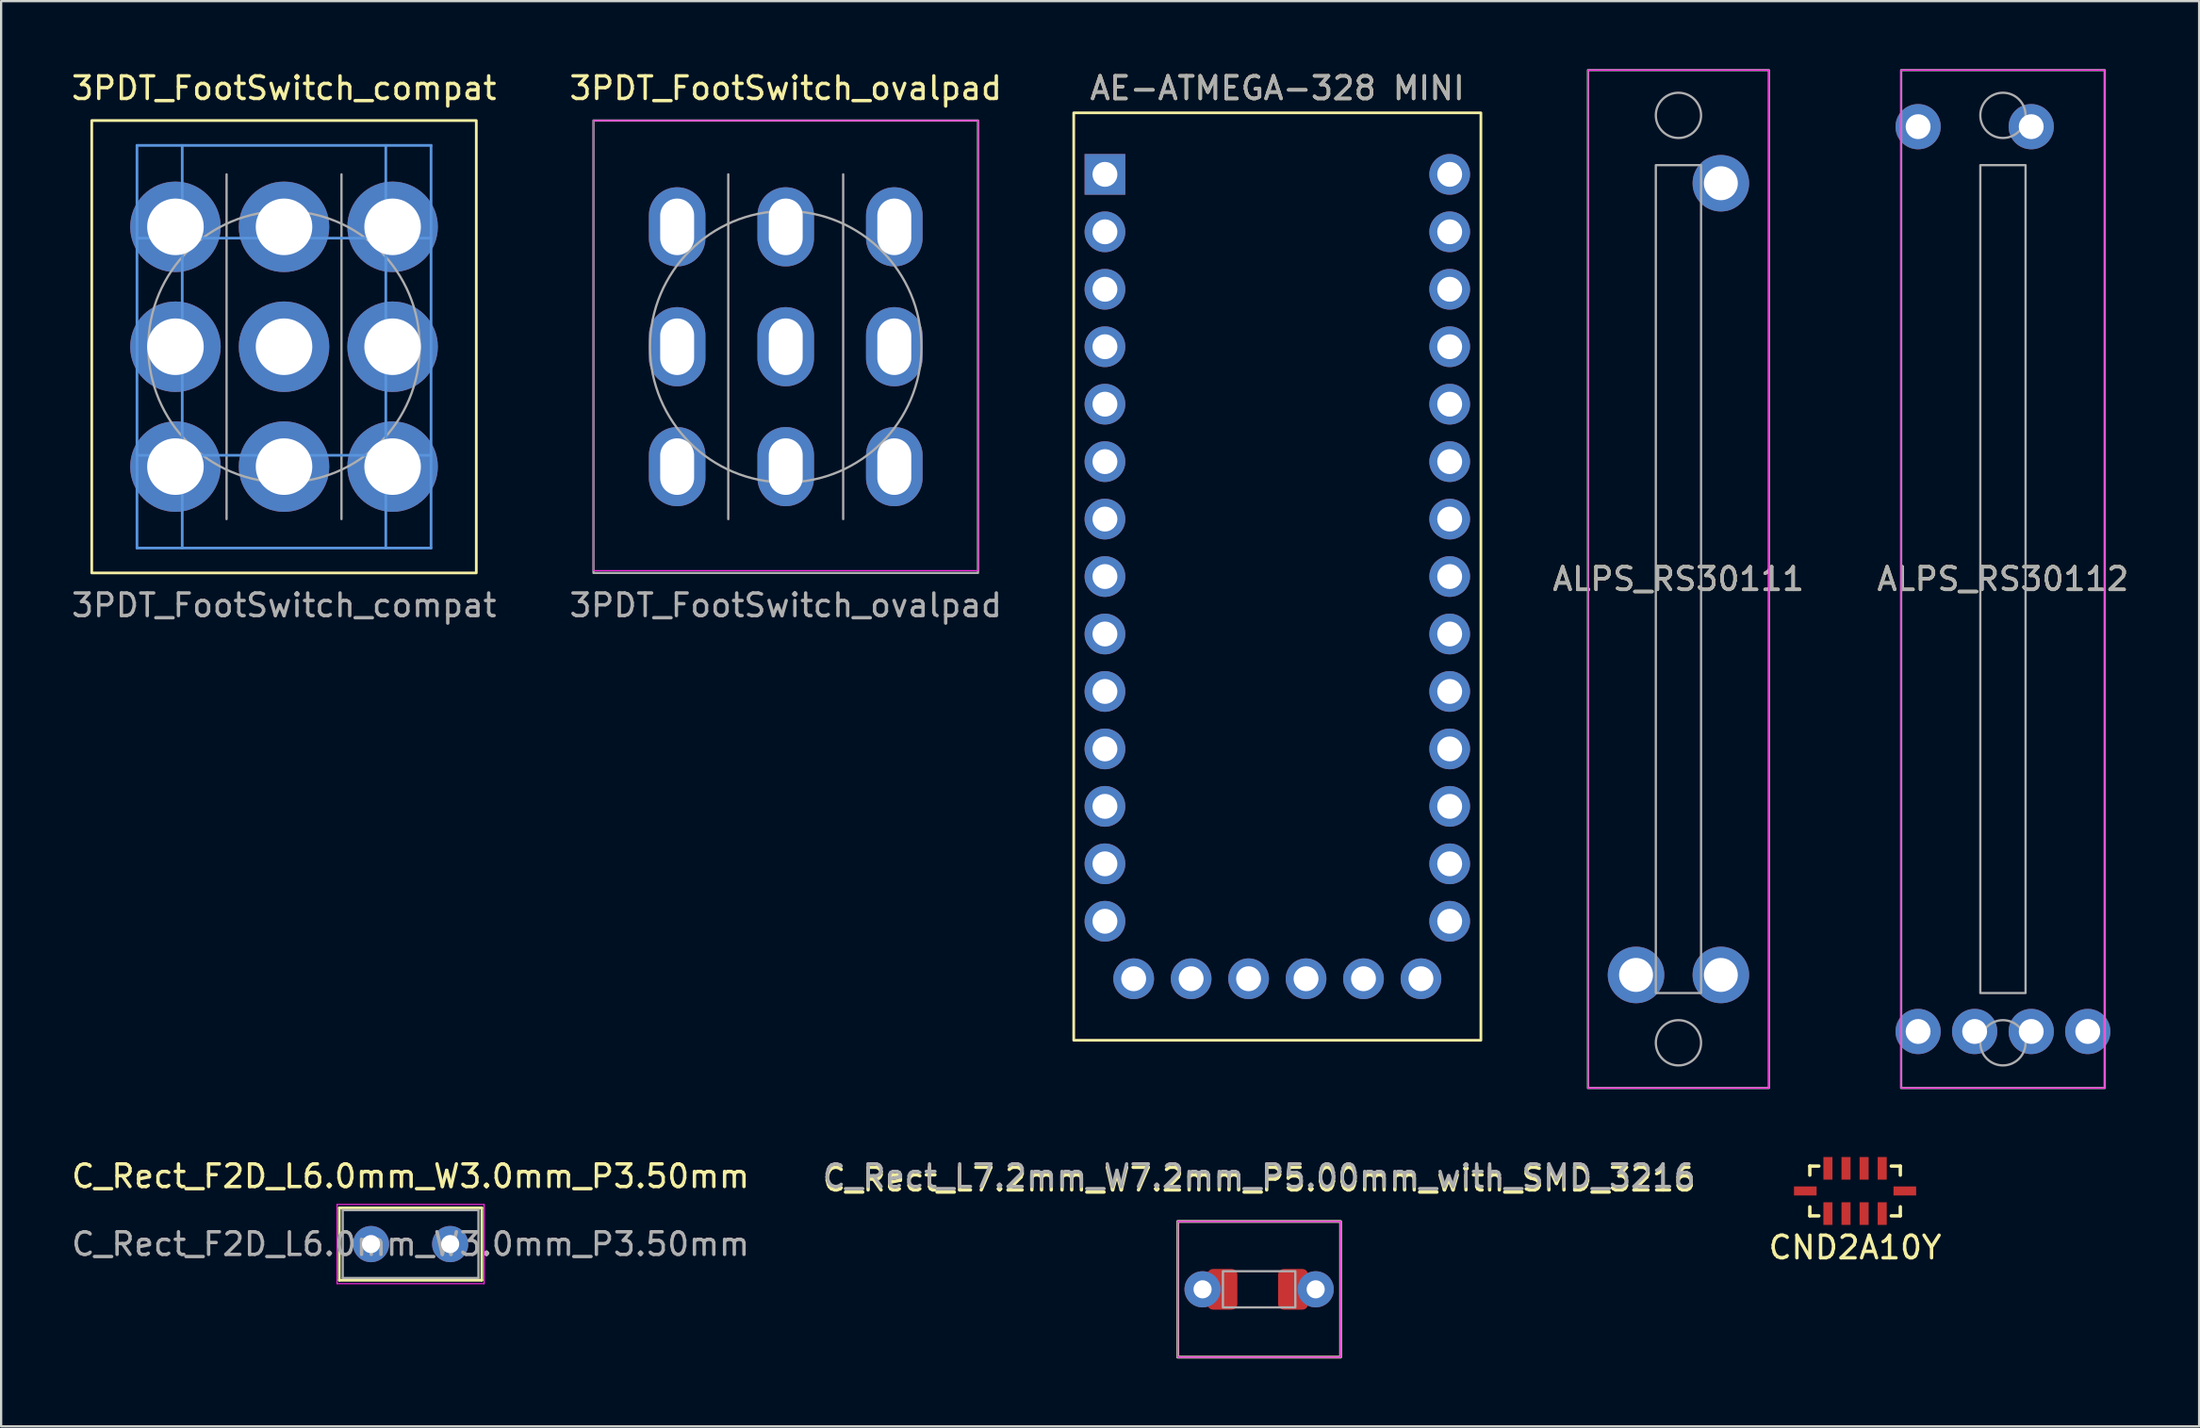
<source format=kicad_pcb>
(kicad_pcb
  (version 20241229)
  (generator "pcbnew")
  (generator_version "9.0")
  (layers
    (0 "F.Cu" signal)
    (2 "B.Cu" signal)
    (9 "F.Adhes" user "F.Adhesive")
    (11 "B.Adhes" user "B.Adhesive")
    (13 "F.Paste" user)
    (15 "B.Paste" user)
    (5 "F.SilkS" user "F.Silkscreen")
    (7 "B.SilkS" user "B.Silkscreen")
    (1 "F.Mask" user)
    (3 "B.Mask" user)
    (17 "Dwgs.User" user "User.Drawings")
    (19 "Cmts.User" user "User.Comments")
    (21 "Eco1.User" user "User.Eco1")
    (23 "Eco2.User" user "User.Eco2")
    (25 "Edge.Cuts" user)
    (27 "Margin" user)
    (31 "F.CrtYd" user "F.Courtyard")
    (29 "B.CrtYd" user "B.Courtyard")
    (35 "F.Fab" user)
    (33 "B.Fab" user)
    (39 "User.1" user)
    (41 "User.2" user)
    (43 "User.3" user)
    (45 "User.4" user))
  (footprint "ALPS_RS30111"
    (layer "F.Cu")
    (at 71.15 22.55)
    (property "Reference" "ALPS_RS30111" (at 0 0 0) (unlocked yes) (layer "F.SilkS") (effects (font (size 1 1) (thickness 0.15))))
    (attr through_hole)
    (fp_rect (start 4 -22.5) (end -4 22.5) (stroke (width 0.05) (type solid)) (fill no) (layer "F.CrtYd"))
    (fp_rect (start -4 -22.5) (end 4 22.5) (stroke (width 0.1) (type solid)) (fill no) (layer "F.Fab"))
    (fp_rect (start -1 -18.3) (end 1 18.3) (stroke (width 0.1) (type solid)) (fill no) (layer "F.Fab"))
    (fp_circle (center 0 -20.5) (end 1 -20.5) (stroke (width 0.1) (type solid)) (fill no) (layer "F.Fab"))
    (fp_circle (center 0 20.5) (end 1 20.5) (stroke (width 0.1) (type solid)) (fill no) (layer "F.Fab"))
    (fp_text user "${REFERENCE}" (at 0 0 0) (unlocked yes) (layer "F.Fab") (effects (font (size 1 1) (thickness 0.15))))
    (pad "1" thru_hole circle (at 1.875 17.5) (size 2.5 2.5) (drill 1.5) (layers "*.Cu" "*.Mask"))
    (pad "2" thru_hole circle (at -1.875 17.5) (size 2.5 2.5) (drill 1.5) (layers "*.Cu" "*.Mask"))
    (pad "3" thru_hole circle (at 1.875 -17.5) (size 2.5 2.5) (drill 1.5) (layers "*.Cu" "*.Mask")))
  (footprint "C_Rect_L7.2mm_W7.2mm_P5.00mm_with_SMD_3216"
    (layer "F.Cu")
    (at 50.113 53.948)
    (property "Reference" "C_Rect_L7.2mm_W7.2mm_P5.00mm_with_SMD_3216" (at 2.5 -4.85 0) (layer "F.SilkS") (effects (font (size 1 1) (thickness 0.15))))
    (attr through_hole)
    (fp_rect (start -1.1 -3) (end 6.1 3) (stroke (width 0.12) (type solid)) (fill no) (layer "F.SilkS"))
    (fp_rect (start -1.1 -3) (end 6.1 3) (stroke (width 0.05) (type solid)) (fill no) (layer "F.CrtYd"))
    (fp_rect (start -1.1 -3) (end 6.1 3) (stroke (width 0.1) (type solid)) (fill no) (layer "F.Fab"))
    (fp_rect (start 0.9 -0.8) (end 4.1 0.8) (stroke (width 0.1) (type solid)) (fill no) (layer "F.Fab"))
    (fp_text user "${REFERENCE}" (at 2.5 -5 0) (layer "F.Fab") (effects (font (size 1 1) (thickness 0.15))))
    (pad "1" thru_hole circle (at 0 0) (size 1.6 1.6) (drill 0.8) (layers "*.Cu" "*.Mask"))
    (pad "1" smd roundrect (at 0.875 0) (size 1.325 1.8) (layers "F.Cu" "F.Mask" "F.Paste") (roundrect_rratio 0.189))
    (pad "2" smd roundrect (at 4 0) (size 1.325 1.8) (layers "F.Cu" "F.Mask" "F.Paste") (roundrect_rratio 0.189))
    (pad "2" thru_hole circle (at 5 0) (size 1.6 1.6) (drill 0.8) (layers "*.Cu" "*.Mask")))
  (footprint "3PDT_FootSwitch_ovalpad"
    (layer "F.Cu")
    (at 31.685 12.278)
    (property "Reference" "3PDT_FootSwitch_ovalpad" (at 0 -11.43 0) (unlocked yes) (layer "F.SilkS") (effects (font (size 1 1) (thickness 0.15))))
    (attr through_hole)
    (fp_rect (start -8.5 -10) (end 8.5 9.9) (stroke (width 0.05) (type solid)) (fill no) (layer "F.CrtYd"))
    (fp_line (start -2.54 -7.62) (end -2.54 7.62) (stroke (width 0.1) (type solid)) (layer "F.Fab"))
    (fp_line (start 2.54 -7.62) (end 2.54 7.62) (stroke (width 0.1) (type solid)) (layer "F.Fab"))
    (fp_rect (start -8.5 -10) (end 8.5 10) (stroke (width 0.1) (type solid)) (fill no) (layer "F.Fab"))
    (fp_circle (center 0 0) (end 6 0) (stroke (width 0.1) (type solid)) (fill no) (layer "F.Fab"))
    (fp_text user "${REFERENCE}" (at 0 11.43 0) (unlocked yes) (layer "F.Fab") (effects (font (size 1 1) (thickness 0.15))))
    (pad "1" thru_hole oval (at -4.8 -5.3) (size 2.5 3.5) (drill oval 1.5 2.5) (layers "*.Cu" "*.Mask"))
    (pad "2" thru_hole oval (at 0 -5.3) (size 2.5 3.5) (drill oval 1.5 2.5) (layers "*.Cu" "*.Mask"))
    (pad "3" thru_hole oval (at 4.8 -5.3) (size 2.5 3.5) (drill oval 1.5 2.5) (layers "*.Cu" "*.Mask"))
    (pad "4" thru_hole oval (at -4.8 0) (size 2.5 3.5) (drill oval 1.5 2.5) (layers "*.Cu" "*.Mask"))
    (pad "5" thru_hole oval (at 0 0) (size 2.5 3.5) (drill oval 1.5 2.5) (layers "*.Cu" "*.Mask"))
    (pad "6" thru_hole oval (at 4.8 0) (size 2.5 3.5) (drill oval 1.5 2.5) (layers "*.Cu" "*.Mask"))
    (pad "7" thru_hole oval (at -4.8 5.3) (size 2.5 3.5) (drill oval 1.5 2.5) (layers "*.Cu" "*.Mask"))
    (pad "8" thru_hole oval (at 0 5.3) (size 2.5 3.5) (drill oval 1.5 2.5) (layers "*.Cu" "*.Mask"))
    (pad "9" thru_hole oval (at 4.8 5.3) (size 2.5 3.5) (drill oval 1.5 2.5) (layers "*.Cu" "*.Mask")))
  (footprint "ALPS_RS30112"
    (layer "F.Cu")
    (at 85.495 22.55)
    (property "Reference" "ALPS_RS30112" (at 0 0 0) (unlocked yes) (layer "F.SilkS") (effects (font (size 1 1) (thickness 0.15))))
    (attr through_hole)
    (fp_rect (start 4.5 -22.5) (end -4.5 22.5) (stroke (width 0.05) (type solid)) (fill no) (layer "F.CrtYd"))
    (fp_rect (start -4.5 -22.5) (end 4.5 22.5) (stroke (width 0.1) (type solid)) (fill no) (layer "F.Fab"))
    (fp_rect (start -1 -18.3) (end 1 18.3) (stroke (width 0.1) (type solid)) (fill no) (layer "F.Fab"))
    (fp_circle (center 0 -20.5) (end 1 -20.5) (stroke (width 0.1) (type solid)) (fill no) (layer "F.Fab"))
    (fp_circle (center 0 20.5) (end 1 20.5) (stroke (width 0.1) (type solid)) (fill no) (layer "F.Fab"))
    (fp_text user "${REFERENCE}" (at 0 0 0) (unlocked yes) (layer "F.Fab") (effects (font (size 1 1) (thickness 0.15))))
    (pad "1" thru_hole circle (at 1.25 20) (size 2 2) (drill 1.1) (layers "*.Cu" "*.Mask"))
    (pad "2" thru_hole circle (at 3.75 20) (size 2 2) (drill 1.1) (layers "*.Cu" "*.Mask"))
    (pad "3" thru_hole circle (at 1.25 -20) (size 2 2) (drill 1.1) (layers "*.Cu" "*.Mask"))
    (pad "4" thru_hole circle (at -3.75 20) (size 2 2) (drill 1.1) (layers "*.Cu" "*.Mask"))
    (pad "5" thru_hole circle (at -1.25 20) (size 2 2) (drill 1.1) (layers "*.Cu" "*.Mask"))
    (pad "6" thru_hole circle (at -3.75 -20) (size 2 2) (drill 1.1) (layers "*.Cu" "*.Mask")))
  (footprint "C_Rect_F2D_L6.0mm_W3.0mm_P3.50mm"
    (layer "F.Cu")
    (at 13.351 51.948)
    (property "Reference" "C_Rect_F2D_L6.0mm_W3.0mm_P3.50mm" (at 1.75 -3 0) (layer "F.SilkS") (effects (font (size 1 1) (thickness 0.15))))
    (attr through_hole)
    (fp_line (start -1.4 -1.6) (end -1.4 1.6) (stroke (width 0.12) (type solid)) (layer "F.SilkS"))
    (fp_line (start -1.4 -1.6) (end 4.9 -1.6) (stroke (width 0.12) (type solid)) (layer "F.SilkS"))
    (fp_line (start -1.4 1.6) (end 4.9 1.6) (stroke (width 0.12) (type solid)) (layer "F.SilkS"))
    (fp_line (start 4.9 -1.6) (end 4.9 1.6) (stroke (width 0.12) (type solid)) (layer "F.SilkS"))
    (fp_line (start -1.5 -1.75) (end -1.5 1.75) (stroke (width 0.05) (type solid)) (layer "F.CrtYd"))
    (fp_line (start -1.5 1.75) (end 5 1.75) (stroke (width 0.05) (type solid)) (layer "F.CrtYd"))
    (fp_line (start 5 -1.75) (end -1.5 -1.75) (stroke (width 0.05) (type solid)) (layer "F.CrtYd"))
    (fp_line (start 5 1.75) (end 5 -1.75) (stroke (width 0.05) (type solid)) (layer "F.CrtYd"))
    (fp_line (start -1.25 -1.5) (end -1.25 1.5) (stroke (width 0.1) (type solid)) (layer "F.Fab"))
    (fp_line (start -1.25 1.5) (end 4.75 1.5) (stroke (width 0.1) (type solid)) (layer "F.Fab"))
    (fp_line (start 4.75 -1.5) (end -1.25 -1.5) (stroke (width 0.1) (type solid)) (layer "F.Fab"))
    (fp_line (start 4.75 1.5) (end 4.75 -1.5) (stroke (width 0.1) (type solid)) (layer "F.Fab"))
    (fp_text user "${REFERENCE}" (at 1.75 0 0) (layer "F.Fab") (effects (font (size 1 1) (thickness 0.15))))
    (pad "1" thru_hole circle (at 0 0) (size 1.6 1.6) (drill 0.8) (layers "*.Cu" "*.Mask"))
    (pad "2" thru_hole circle (at 3.5 0) (size 1.6 1.6) (drill 0.8) (layers "*.Cu" "*.Mask")))
  (footprint "3PDT_FootSwitch_compat"
    (layer "F.Cu")
    (at 9.506 12.278)
    (property "Reference" "3PDT_FootSwitch_compat" (at 0 -11.43 0) (unlocked yes) (layer "F.SilkS") (effects (font (size 1 1) (thickness 0.15))))
    (attr through_hole)
    (fp_rect (start 8.5 -10) (end -8.5 10) (stroke (width 0.12) (type solid)) (fill no) (layer "F.SilkS"))
    (fp_line (start -6.5 -8.9) (end -6.5 8.9) (stroke (width 0.12) (type solid)) (layer "Cmts.User"))
    (fp_line (start -6.5 8.9) (end 6.5 8.9) (stroke (width 0.12) (type solid)) (layer "Cmts.User"))
    (fp_line (start -4.5 8.9) (end -4.5 -8.9) (stroke (width 0.12) (type solid)) (layer "Cmts.User"))
    (fp_line (start 4.5 8.9) (end 4.5 -8.9) (stroke (width 0.12) (type solid)) (layer "Cmts.User"))
    (fp_line (start 6.5 -8.9) (end -6.5 -8.9) (stroke (width 0.12) (type solid)) (layer "Cmts.User"))
    (fp_line (start 6.5 -4.8) (end -6.5 -4.8) (stroke (width 0.12) (type solid)) (layer "Cmts.User"))
    (fp_line (start 6.5 4.8) (end -6.5 4.8) (stroke (width 0.12) (type solid)) (layer "Cmts.User"))
    (fp_line (start 6.5 8.9) (end 6.5 -8.9) (stroke (width 0.12) (type solid)) (layer "Cmts.User"))
    (fp_line (start -2.54 -7.62) (end -2.54 7.62) (stroke (width 0.1) (type solid)) (layer "F.Fab"))
    (fp_line (start 2.54 -7.62) (end 2.54 7.62) (stroke (width 0.1) (type solid)) (layer "F.Fab"))
    (fp_circle (center 0 0) (end 6 0) (stroke (width 0.1) (type solid)) (fill no) (layer "F.Fab"))
    (fp_text user "${REFERENCE}" (at 0 11.43 0) (unlocked yes) (layer "F.Fab") (effects (font (size 1 1) (thickness 0.15))))
    (pad "1" thru_hole circle (at -4.8 -5.3) (size 4 4) (drill 2.5) (layers "*.Cu" "*.Mask"))
    (pad "2" thru_hole circle (at 0 -5.3) (size 4 4) (drill 2.5) (layers "*.Cu" "*.Mask"))
    (pad "3" thru_hole circle (at 4.8 -5.3) (size 4 4) (drill 2.5) (layers "*.Cu" "*.Mask"))
    (pad "4" thru_hole circle (at -4.8 0) (size 4 4) (drill 2.5) (layers "*.Cu" "*.Mask"))
    (pad "5" thru_hole circle (at 0 0) (size 4 4) (drill 2.5) (layers "*.Cu" "*.Mask"))
    (pad "6" thru_hole circle (at 4.8 0) (size 4 4) (drill 2.5) (layers "*.Cu" "*.Mask"))
    (pad "7" thru_hole circle (at -4.8 5.3) (size 4 4) (drill 2.5) (layers "*.Cu" "*.Mask"))
    (pad "8" thru_hole circle (at 0 5.3) (size 4 4) (drill 2.5) (layers "*.Cu" "*.Mask"))
    (pad "9" thru_hole circle (at 4.8 5.3) (size 4 4) (drill 2.5) (layers "*.Cu" "*.Mask")))
  (footprint "AE-ATMEGA-328 MINI"
    (layer "F.Cu")
    (at 53.417 21.168)
    (property "Reference" "AE-ATMEGA-328 MINI" (at 0 -20.32 0) (unlocked yes) (layer "F.SilkS") (effects (font (size 1 1) (thickness 0.15))))
    (attr smd)
    (fp_rect (start -9 -19.23) (end 9 21.77) (stroke (width 0.12) (type solid)) (fill no) (layer "F.SilkS"))
    (fp_text user "${REFERENCE}" (at 0 -20.32 0) (unlocked yes) (layer "F.Fab") (effects (font (size 1 1) (thickness 0.15))))
    (pad "1" thru_hole rect (at -7.62 -16.51) (size 1.8 1.8) (drill 1.1) (layers "*.Cu" "*.Mask"))
    (pad "2" thru_hole circle (at -7.62 -13.97) (size 1.8 1.8) (drill 1.1) (layers "*.Cu" "*.Mask"))
    (pad "3" thru_hole circle (at -7.62 -11.43) (size 1.8 1.8) (drill 1.1) (layers "*.Cu" "*.Mask"))
    (pad "4" thru_hole circle (at -7.62 -8.89) (size 1.8 1.8) (drill 1.1) (layers "*.Cu" "*.Mask"))
    (pad "5" thru_hole circle (at -7.62 -6.35) (size 1.8 1.8) (drill 1.1) (layers "*.Cu" "*.Mask"))
    (pad "6" thru_hole circle (at -7.62 -3.81) (size 1.8 1.8) (drill 1.1) (layers "*.Cu" "*.Mask"))
    (pad "7" thru_hole circle (at -7.62 -1.27) (size 1.8 1.8) (drill 1.1) (layers "*.Cu" "*.Mask"))
    (pad "8" thru_hole circle (at -7.62 1.27) (size 1.8 1.8) (drill 1.1) (layers "*.Cu" "*.Mask"))
    (pad "9" thru_hole circle (at -7.62 3.81) (size 1.8 1.8) (drill 1.1) (layers "*.Cu" "*.Mask"))
    (pad "10" thru_hole circle (at -7.62 6.35) (size 1.8 1.8) (drill 1.1) (layers "*.Cu" "*.Mask"))
    (pad "11" thru_hole circle (at -7.62 8.89) (size 1.8 1.8) (drill 1.1) (layers "*.Cu" "*.Mask"))
    (pad "12" thru_hole circle (at -7.62 11.43) (size 1.8 1.8) (drill 1.1) (layers "*.Cu" "*.Mask"))
    (pad "13" thru_hole circle (at -7.62 13.97) (size 1.8 1.8) (drill 1.1) (layers "*.Cu" "*.Mask"))
    (pad "14" thru_hole circle (at -7.62 16.51) (size 1.8 1.8) (drill 1.1) (layers "*.Cu" "*.Mask"))
    (pad "15" thru_hole circle (at 7.62 16.51) (size 1.8 1.8) (drill 1.1) (layers "*.Cu" "*.Mask"))
    (pad "16" thru_hole circle (at 7.62 13.97) (size 1.8 1.8) (drill 1.1) (layers "*.Cu" "*.Mask"))
    (pad "17" thru_hole circle (at 7.62 11.43) (size 1.8 1.8) (drill 1.1) (layers "*.Cu" "*.Mask"))
    (pad "18" thru_hole circle (at 7.62 8.89) (size 1.8 1.8) (drill 1.1) (layers "*.Cu" "*.Mask"))
    (pad "19" thru_hole circle (at 7.62 6.35) (size 1.8 1.8) (drill 1.1) (layers "*.Cu" "*.Mask"))
    (pad "20" thru_hole circle (at 7.62 3.81) (size 1.8 1.8) (drill 1.1) (layers "*.Cu" "*.Mask"))
    (pad "21" thru_hole circle (at 7.62 1.27) (size 1.8 1.8) (drill 1.1) (layers "*.Cu" "*.Mask"))
    (pad "22" thru_hole circle (at 7.62 -1.27) (size 1.8 1.8) (drill 1.1) (layers "*.Cu" "*.Mask"))
    (pad "23" thru_hole circle (at 7.62 -3.81) (size 1.8 1.8) (drill 1.1) (layers "*.Cu" "*.Mask"))
    (pad "24" thru_hole circle (at 7.62 -6.35) (size 1.8 1.8) (drill 1.1) (layers "*.Cu" "*.Mask"))
    (pad "25" thru_hole circle (at 7.62 -8.89) (size 1.8 1.8) (drill 1.1) (layers "*.Cu" "*.Mask"))
    (pad "26" thru_hole circle (at 7.62 -11.43) (size 1.8 1.8) (drill 1.1) (layers "*.Cu" "*.Mask"))
    (pad "27" thru_hole circle (at 7.62 -13.97) (size 1.8 1.8) (drill 1.1) (layers "*.Cu" "*.Mask"))
    (pad "28" thru_hole circle (at 7.62 -16.51) (size 1.8 1.8) (drill 1.1) (layers "*.Cu" "*.Mask"))
    (pad "29" thru_hole circle (at 6.35 19.05) (size 1.8 1.8) (drill 1.1) (layers "*.Cu" "*.Mask"))
    (pad "30" thru_hole circle (at 3.81 19.05) (size 1.8 1.8) (drill 1.1) (layers "*.Cu" "*.Mask"))
    (pad "31" thru_hole circle (at 1.27 19.05) (size 1.8 1.8) (drill 1.1) (layers "*.Cu" "*.Mask"))
    (pad "32" thru_hole circle (at -1.27 19.05) (size 1.8 1.8) (drill 1.1) (layers "*.Cu" "*.Mask"))
    (pad "33" thru_hole circle (at -3.81 19.05) (size 1.8 1.8) (drill 1.1) (layers "*.Cu" "*.Mask"))
    (pad "34" thru_hole circle (at -6.35 19.05) (size 1.8 1.8) (drill 1.1) (layers "*.Cu" "*.Mask")))
  (footprint "CND2A10Y"
    (layer "F.Cu")
    (at 78.958 49.6)
    (property "Reference" "CND2A10Y" (at 0 2.5 0) (layer "F.SilkS") (effects (font (size 1 1) (thickness 0.15))))
    (attr through_hole)
    (fp_line (start -2 -1.1) (end -2 -0.7) (stroke (width 0.15) (type solid)) (layer "F.SilkS"))
    (fp_line (start -2 1.1) (end -2 0.7) (stroke (width 0.15) (type solid)) (layer "F.SilkS"))
    (fp_line (start -1.6 -1.1) (end -2 -1.1) (stroke (width 0.15) (type solid)) (layer "F.SilkS"))
    (fp_line (start -1.6 1.1) (end -2 1.1) (stroke (width 0.15) (type solid)) (layer "F.SilkS"))
    (fp_line (start 1.6 -1.1) (end 2 -1.1) (stroke (width 0.15) (type solid)) (layer "F.SilkS"))
    (fp_line (start 2 -1.1) (end 2 -0.7) (stroke (width 0.15) (type solid)) (layer "F.SilkS"))
    (fp_line (start 2 1.1) (end 1.6 1.1) (stroke (width 0.15) (type solid)) (layer "F.SilkS"))
    (fp_line (start 2 1.1) (end 2 0.7) (stroke (width 0.15) (type solid)) (layer "F.SilkS"))
    (pad "1" smd rect (at -2.2 0) (size 1 0.4) (layers "F.Cu" "F.Mask" "F.Paste"))
    (pad "2" smd rect (at -1.2 1) (size 0.4 1) (layers "F.Cu" "F.Mask" "F.Paste"))
    (pad "3" smd rect (at -0.4 1) (size 0.4 1) (layers "F.Cu" "F.Mask" "F.Paste"))
    (pad "4" smd rect (at 0.4 1) (size 0.4 1) (layers "F.Cu" "F.Mask" "F.Paste"))
    (pad "5" smd rect (at 1.2 1) (size 0.4 1) (layers "F.Cu" "F.Mask" "F.Paste"))
    (pad "6" smd rect (at 2.2 0) (size 1 0.4) (layers "F.Cu" "F.Mask" "F.Paste"))
    (pad "7" smd rect (at 1.2 -1) (size 0.4 1) (layers "F.Cu" "F.Mask" "F.Paste"))
    (pad "8" smd rect (at 0.4 -1) (size 0.4 1) (layers "F.Cu" "F.Mask" "F.Paste"))
    (pad "9" smd rect (at -0.4 -1) (size 0.4 1) (layers "F.Cu" "F.Mask" "F.Paste"))
    (pad "10" smd rect (at -1.2 -1) (size 0.4 1) (layers "F.Cu" "F.Mask" "F.Paste")))
  (gr_rect
    (start -3 -3)
    (end 94.168 60.008)
    (stroke (width 0.1) (type default))
    (fill no)
    (layer "Edge.Cuts")))
</source>
